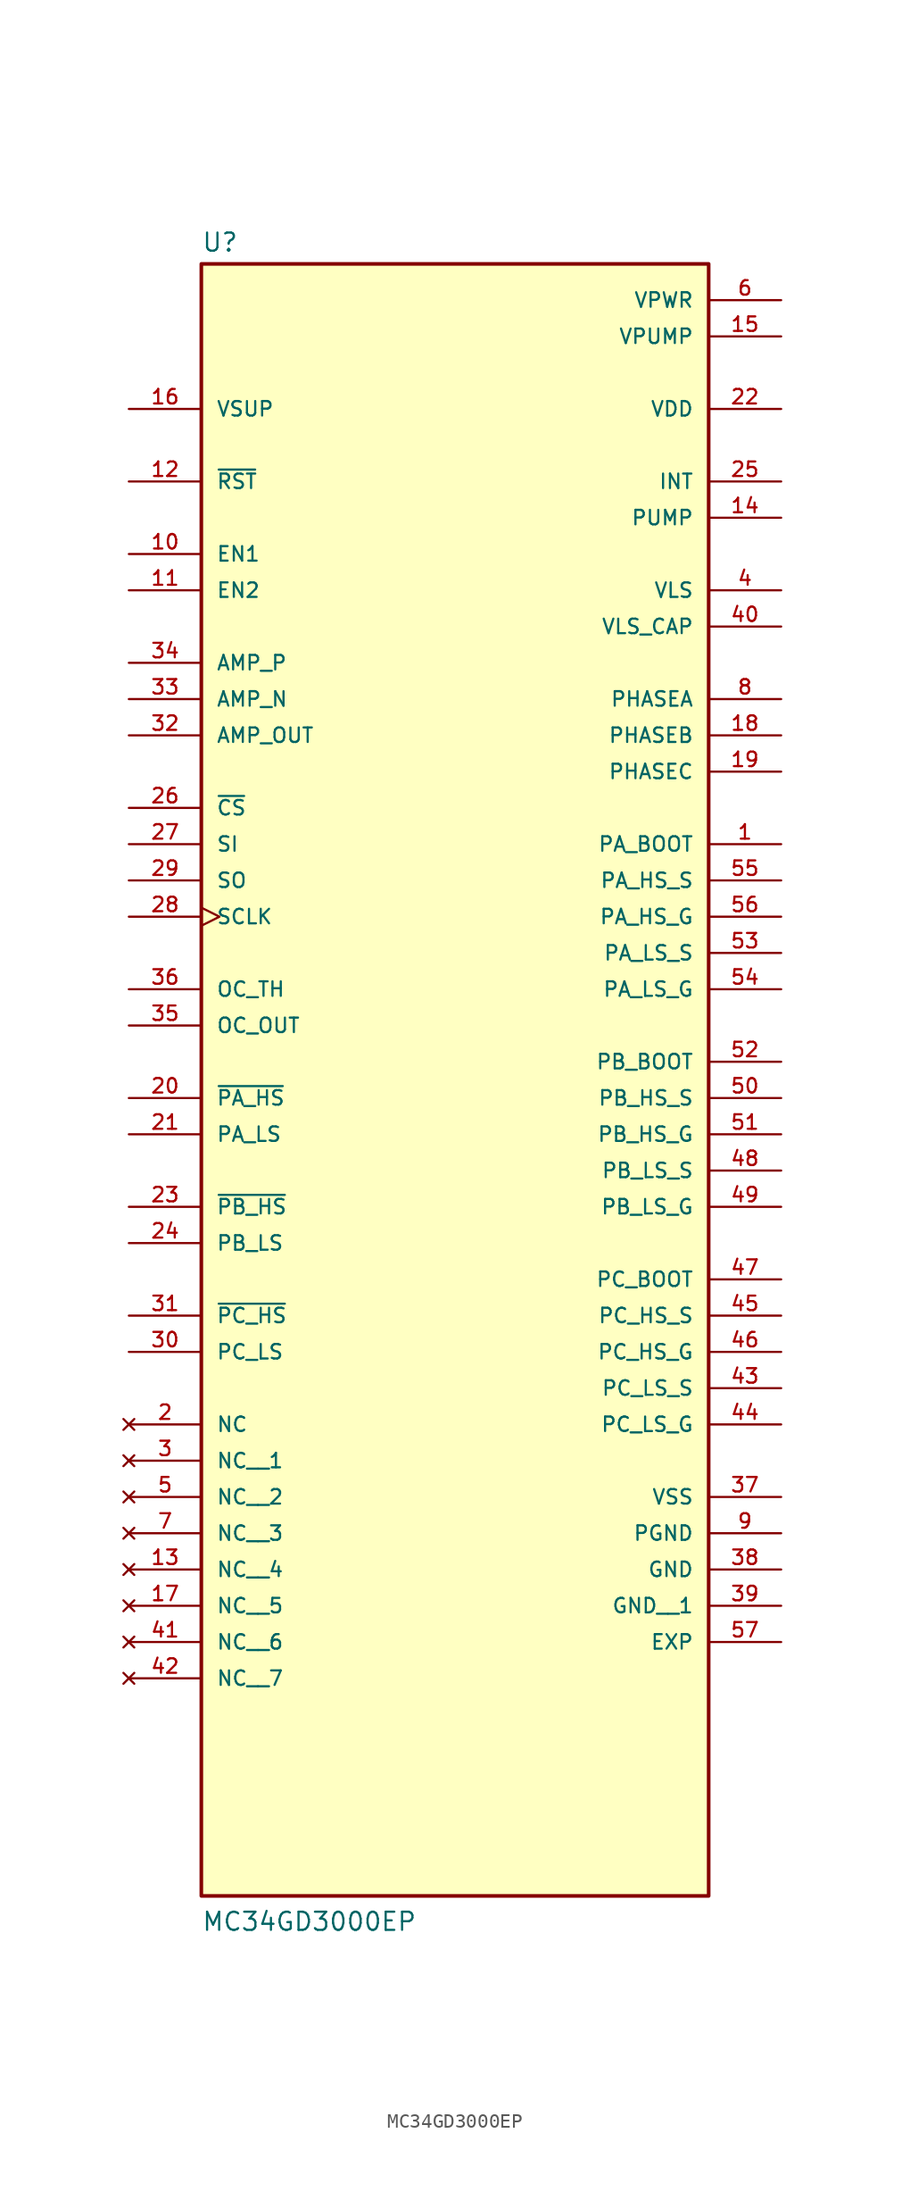
<source format=kicad_sym>
(kicad_symbol_lib
  (version 20211014)
  (generator kicad_symbol_editor)
  (symbol "MC34GD3000EP"
    (pin_names
      (offset 1.016))
    (property "Reference" "U"
      (at -17.78 49.022 0)
      (effects (font (size 1.27 1.27)) (justify bottom left)))
    (property "Value" "MC34GD3000EP"
      (at -17.78 -68.58 0)
      (effects (font (size 1.27 1.27)) (justify bottom left)))
    (symbol "MC34GD3000EP_0_0"
      (rectangle (start -17.78 -66.04) (end 17.78 48.26) (stroke (width 0.254)) (fill (type background)))
      (pin input line (at 22.86 7.62 180.0) (length 5.08) (name "PA_BOOT" (effects (font (size 1.016 1.016)))) (number "1" (effects (font (size 1.016 1.016)))))
      (pin output line (at 22.86 25.4 180.0) (length 5.08) (name "VLS" (effects (font (size 1.016 1.016)))) (number "4" (effects (font (size 1.016 1.016)))))
      (pin power_in line (at 22.86 45.72 180.0) (length 5.08) (name "VPWR" (effects (font (size 1.016 1.016)))) (number "6" (effects (font (size 1.016 1.016)))))
      (pin output line (at 22.86 17.78 180.0) (length 5.08) (name "PHASEA" (effects (font (size 1.016 1.016)))) (number "8" (effects (font (size 1.016 1.016)))))
      (pin power_in line (at 22.86 -40.64 180.0) (length 5.08) (name "PGND" (effects (font (size 1.016 1.016)))) (number "9" (effects (font (size 1.016 1.016)))))
      (pin input line (at -22.86 33.02 0) (length 5.08) (name "~{RST}" (effects (font (size 1.016 1.016)))) (number "12" (effects (font (size 1.016 1.016)))))
      (pin input line (at -22.86 25.4 0) (length 5.08) (name "EN2" (effects (font (size 1.016 1.016)))) (number "11" (effects (font (size 1.016 1.016)))))
      (pin input line (at -22.86 27.94 0) (length 5.08) (name "EN1" (effects (font (size 1.016 1.016)))) (number "10" (effects (font (size 1.016 1.016)))))
      (pin output line (at 22.86 30.48 180.0) (length 5.08) (name "PUMP" (effects (font (size 1.016 1.016)))) (number "14" (effects (font (size 1.016 1.016)))))
      (pin power_in line (at 22.86 43.18 180.0) (length 5.08) (name "VPUMP" (effects (font (size 1.016 1.016)))) (number "15" (effects (font (size 1.016 1.016)))))
      (pin input line (at -22.86 38.1 0) (length 5.08) (name "VSUP" (effects (font (size 1.016 1.016)))) (number "16" (effects (font (size 1.016 1.016)))))
      (pin output line (at 22.86 15.24 180.0) (length 5.08) (name "PHASEB" (effects (font (size 1.016 1.016)))) (number "18" (effects (font (size 1.016 1.016)))))
      (pin output line (at 22.86 12.7 180.0) (length 5.08) (name "PHASEC" (effects (font (size 1.016 1.016)))) (number "19" (effects (font (size 1.016 1.016)))))
      (pin input line (at -22.86 -10.16 0) (length 5.08) (name "~{PA_HS}" (effects (font (size 1.016 1.016)))) (number "20" (effects (font (size 1.016 1.016)))))
      (pin input line (at -22.86 -12.7 0) (length 5.08) (name "PA_LS" (effects (font (size 1.016 1.016)))) (number "21" (effects (font (size 1.016 1.016)))))
      (pin output line (at 22.86 38.1 180.0) (length 5.08) (name "VDD" (effects (font (size 1.016 1.016)))) (number "22" (effects (font (size 1.016 1.016)))))
      (pin input line (at -22.86 -17.78 0) (length 5.08) (name "~{PB_HS}" (effects (font (size 1.016 1.016)))) (number "23" (effects (font (size 1.016 1.016)))))
      (pin input line (at -22.86 -20.32 0) (length 5.08) (name "PB_LS" (effects (font (size 1.016 1.016)))) (number "24" (effects (font (size 1.016 1.016)))))
      (pin output line (at 22.86 33.02 180.0) (length 5.08) (name "INT" (effects (font (size 1.016 1.016)))) (number "25" (effects (font (size 1.016 1.016)))))
      (pin input line (at -22.86 10.16 0) (length 5.08) (name "~{CS}" (effects (font (size 1.016 1.016)))) (number "26" (effects (font (size 1.016 1.016)))))
      (pin input line (at -22.86 7.62 0) (length 5.08) (name "SI" (effects (font (size 1.016 1.016)))) (number "27" (effects (font (size 1.016 1.016)))))
      (pin input clock (at -22.86 2.54 0) (length 5.08) (name "SCLK" (effects (font (size 1.016 1.016)))) (number "28" (effects (font (size 1.016 1.016)))))
      (pin output line (at -22.86 5.08 0) (length 5.08) (name "SO" (effects (font (size 1.016 1.016)))) (number "29" (effects (font (size 1.016 1.016)))))
      (pin input line (at -22.86 -27.94 0) (length 5.08) (name "PC_LS" (effects (font (size 1.016 1.016)))) (number "30" (effects (font (size 1.016 1.016)))))
      (pin input line (at -22.86 -25.4 0) (length 5.08) (name "~{PC_HS}" (effects (font (size 1.016 1.016)))) (number "31" (effects (font (size 1.016 1.016)))))
      (pin output line (at -22.86 15.24 0) (length 5.08) (name "AMP_OUT" (effects (font (size 1.016 1.016)))) (number "32" (effects (font (size 1.016 1.016)))))
      (pin input line (at -22.86 17.78 0) (length 5.08) (name "AMP_N" (effects (font (size 1.016 1.016)))) (number "33" (effects (font (size 1.016 1.016)))))
      (pin input line (at -22.86 20.32 0) (length 5.08) (name "AMP_P" (effects (font (size 1.016 1.016)))) (number "34" (effects (font (size 1.016 1.016)))))
      (pin output line (at -22.86 -5.08 0) (length 5.08) (name "OC_OUT" (effects (font (size 1.016 1.016)))) (number "35" (effects (font (size 1.016 1.016)))))
      (pin input line (at -22.86 -2.54 0) (length 5.08) (name "OC_TH" (effects (font (size 1.016 1.016)))) (number "36" (effects (font (size 1.016 1.016)))))
      (pin power_in line (at 22.86 -38.1 180.0) (length 5.08) (name "VSS" (effects (font (size 1.016 1.016)))) (number "37" (effects (font (size 1.016 1.016)))))
      (pin power_in line (at 22.86 -43.18 180.0) (length 5.08) (name "GND" (effects (font (size 1.016 1.016)))) (number "38" (effects (font (size 1.016 1.016)))))
      (pin output line (at 22.86 22.86 180.0) (length 5.08) (name "VLS_CAP" (effects (font (size 1.016 1.016)))) (number "40" (effects (font (size 1.016 1.016)))))
      (pin input line (at 22.86 -30.48 180.0) (length 5.08) (name "PC_LS_S" (effects (font (size 1.016 1.016)))) (number "43" (effects (font (size 1.016 1.016)))))
      (pin output line (at 22.86 -33.02 180.0) (length 5.08) (name "PC_LS_G" (effects (font (size 1.016 1.016)))) (number "44" (effects (font (size 1.016 1.016)))))
      (pin input line (at 22.86 -25.4 180.0) (length 5.08) (name "PC_HS_S" (effects (font (size 1.016 1.016)))) (number "45" (effects (font (size 1.016 1.016)))))
      (pin output line (at 22.86 -27.94 180.0) (length 5.08) (name "PC_HS_G" (effects (font (size 1.016 1.016)))) (number "46" (effects (font (size 1.016 1.016)))))
      (pin input line (at 22.86 -22.86 180.0) (length 5.08) (name "PC_BOOT" (effects (font (size 1.016 1.016)))) (number "47" (effects (font (size 1.016 1.016)))))
      (pin input line (at 22.86 -15.24 180.0) (length 5.08) (name "PB_LS_S" (effects (font (size 1.016 1.016)))) (number "48" (effects (font (size 1.016 1.016)))))
      (pin output line (at 22.86 -17.78 180.0) (length 5.08) (name "PB_LS_G" (effects (font (size 1.016 1.016)))) (number "49" (effects (font (size 1.016 1.016)))))
      (pin input line (at 22.86 -10.16 180.0) (length 5.08) (name "PB_HS_S" (effects (font (size 1.016 1.016)))) (number "50" (effects (font (size 1.016 1.016)))))
      (pin output line (at 22.86 -12.7 180.0) (length 5.08) (name "PB_HS_G" (effects (font (size 1.016 1.016)))) (number "51" (effects (font (size 1.016 1.016)))))
      (pin input line (at 22.86 -7.62 180.0) (length 5.08) (name "PB_BOOT" (effects (font (size 1.016 1.016)))) (number "52" (effects (font (size 1.016 1.016)))))
      (pin input line (at 22.86 0.0 180.0) (length 5.08) (name "PA_LS_S" (effects (font (size 1.016 1.016)))) (number "53" (effects (font (size 1.016 1.016)))))
      (pin output line (at 22.86 -2.54 180.0) (length 5.08) (name "PA_LS_G" (effects (font (size 1.016 1.016)))) (number "54" (effects (font (size 1.016 1.016)))))
      (pin input line (at 22.86 5.08 180.0) (length 5.08) (name "PA_HS_S" (effects (font (size 1.016 1.016)))) (number "55" (effects (font (size 1.016 1.016)))))
      (pin output line (at 22.86 2.54 180.0) (length 5.08) (name "PA_HS_G" (effects (font (size 1.016 1.016)))) (number "56" (effects (font (size 1.016 1.016)))))
      (pin power_in line (at 22.86 -48.26 180.0) (length 5.08) (name "EXP" (effects (font (size 1.016 1.016)))) (number "57" (effects (font (size 1.016 1.016)))))
      (pin no_connect line (at -22.86 -33.02 0) (length 5.08) (name "NC" (effects (font (size 1.016 1.016)))) (number "2" (effects (font (size 1.016 1.016)))))
      (pin no_connect line (at -22.86 -35.56 0) (length 5.08) (name "NC__1" (effects (font (size 1.016 1.016)))) (number "3" (effects (font (size 1.016 1.016)))))
      (pin no_connect line (at -22.86 -38.1 0) (length 5.08) (name "NC__2" (effects (font (size 1.016 1.016)))) (number "5" (effects (font (size 1.016 1.016)))))
      (pin no_connect line (at -22.86 -40.64 0) (length 5.08) (name "NC__3" (effects (font (size 1.016 1.016)))) (number "7" (effects (font (size 1.016 1.016)))))
      (pin no_connect line (at -22.86 -43.18 0) (length 5.08) (name "NC__4" (effects (font (size 1.016 1.016)))) (number "13" (effects (font (size 1.016 1.016)))))
      (pin no_connect line (at -22.86 -45.72 0) (length 5.08) (name "NC__5" (effects (font (size 1.016 1.016)))) (number "17" (effects (font (size 1.016 1.016)))))
      (pin no_connect line (at -22.86 -48.26 0) (length 5.08) (name "NC__6" (effects (font (size 1.016 1.016)))) (number "41" (effects (font (size 1.016 1.016)))))
      (pin no_connect line (at -22.86 -50.8 0) (length 5.08) (name "NC__7" (effects (font (size 1.016 1.016)))) (number "42" (effects (font (size 1.016 1.016)))))
      (pin power_in line (at 22.86 -45.72 180.0) (length 5.08) (name "GND__1" (effects (font (size 1.016 1.016)))) (number "39" (effects (font (size 1.016 1.016))))))))
</source>
